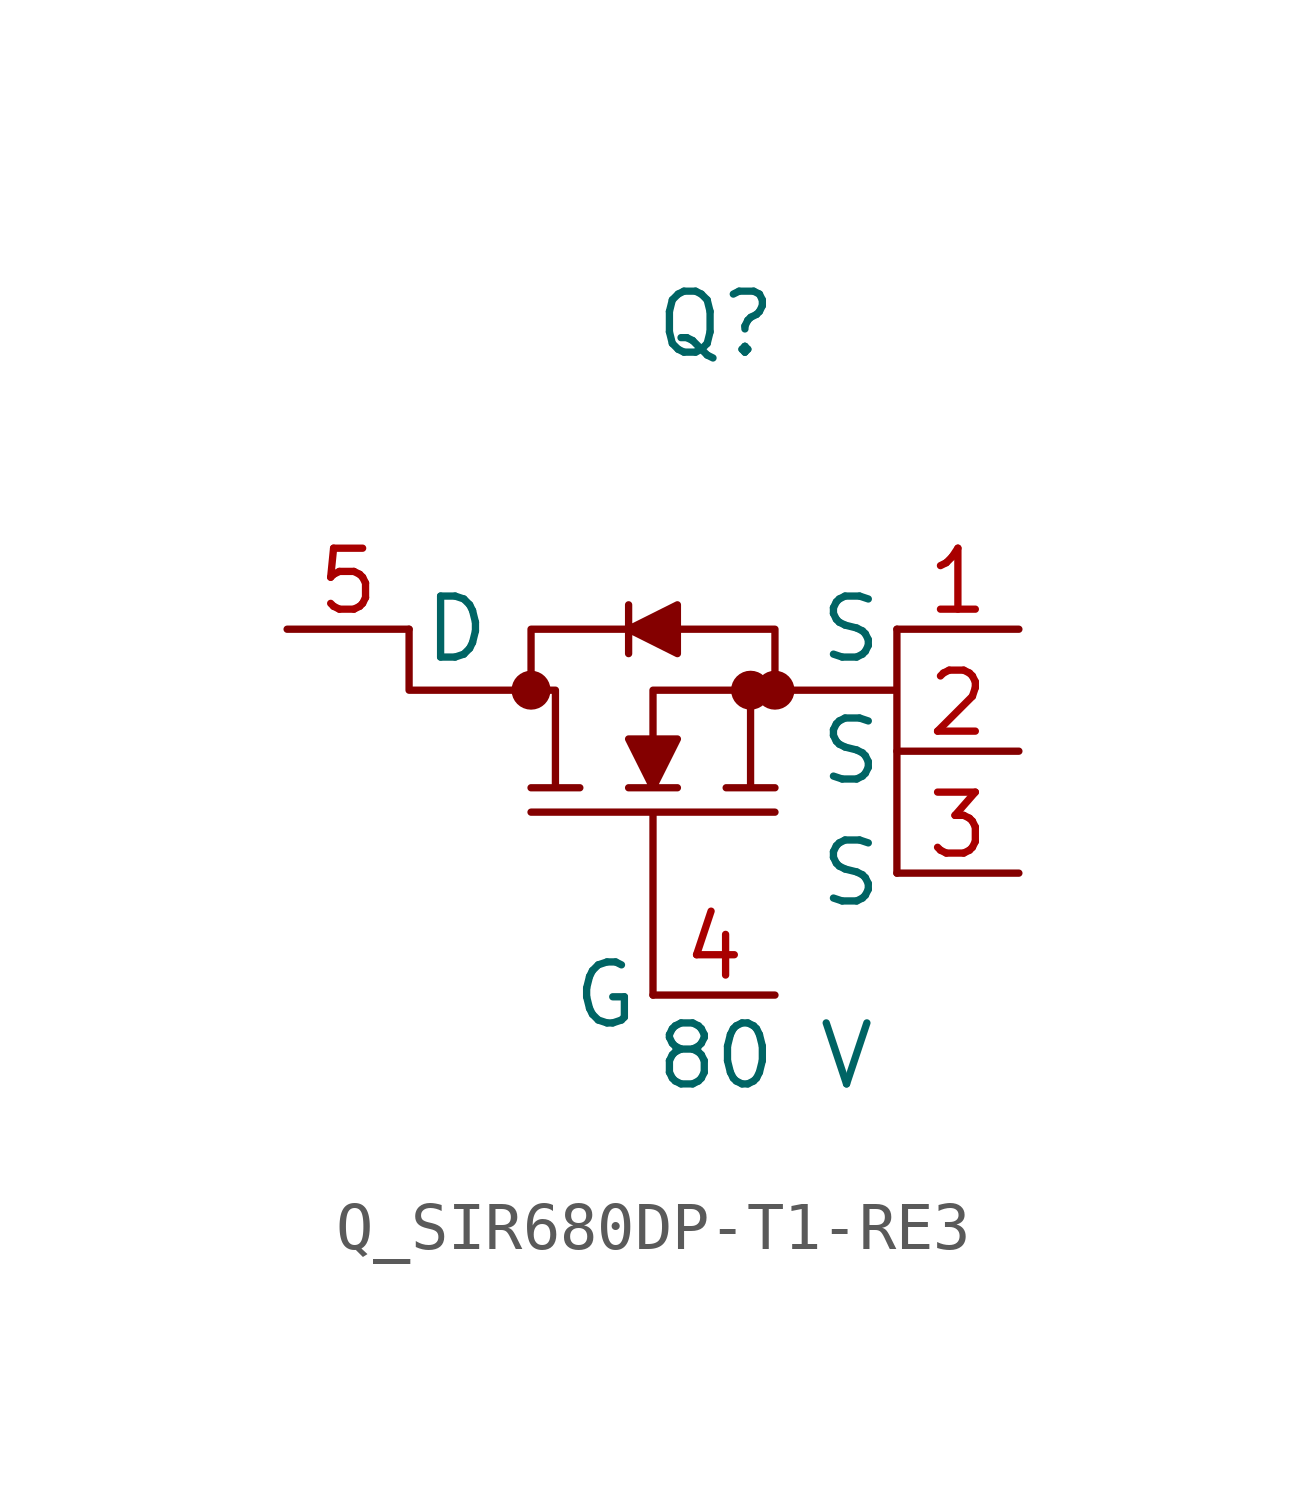
<source format=kicad_sym>
(kicad_symbol_lib
  (version 20231120)
  (generator kicad_symbol_editor)
  (generator_version 8.0)
  (symbol "Q_SIR680DP-T1-RE3"
    (pin_names
      (offset 0.254))
    (property "Reference" "Q"
      (at 0 7.62 0)
      (effects (font (size 1.27 1.27)) (justify left)))
    (property "Value" "80 V"
      (at 0 -7.62 0)
      (effects (font (size 1.27 1.27)) (justify left)))
    (symbol "Q_SIR680DP-T1-RE3_1_0"
      (polyline (pts (xy 0 -6.35) (xy 0 -2.54) (xy -2.54 -2.54) (xy 2.54 -2.54) (xy 0 -2.54) (xy 0 -6.35)) (stroke (width 0) (type default)) (fill (type none)))
      (polyline (pts (xy 5.08 1.27) (xy 5.08 0.0) (xy 2.54 0.0) (xy 2.54 1.27) (xy 0.508 1.27) (xy 0.508 1.778) (xy -0.508 1.27) (xy -0.508 1.778) (xy -0.508 1.27) (xy -2.54 1.27) (xy -2.54 0.0) (xy -5.08 0.0) (xy -5.08 1.27) (xy -5.08 0.0) (xy -2.032 0.0) (xy -2.032 -2.032) (xy -2.54 -2.032) (xy -1.524 -2.032) (xy -2.032 -2.032) (xy -2.032 0.0) (xy -2.54 0.0) (xy -2.54 1.27) (xy -0.508 1.27) (xy -0.508 0.762) (xy -0.508 1.27) (xy 0.508 0.762) (xy 0.508 1.27) (xy 2.54 1.27) (xy 2.54 0.0) (xy 0 0.0) (xy 0 -1.016) (xy -0.508 -1.016) (xy 0 -2.032) (xy -0.508 -2.032) (xy 0.508 -2.032) (xy 0 -2.032) (xy 0.508 -1.016) (xy 0 -1.016) (xy 0 0.0) (xy 2.032 0.0) (xy 2.032 -2.032) (xy 1.524 -2.032) (xy 2.54 -2.032) (xy 2.032 -2.032) (xy 2.032 0.0) (xy 5.08 0.0) (xy 5.08 -3.81)) (stroke (width 0) (type default)) (fill (type outline)))
      (circle (center -2.54 0.0) (radius 0.025) (stroke (width 0.381) (type default)) (fill (type none)))
      (circle (center 2.032 0.0) (radius 0.025) (stroke (width 0.381) (type default)) (fill (type none)))
      (circle (center 2.54 0.0) (radius 0.025) (stroke (width 0.381) (type default)) (fill (type none)))
      (pin unspecified line (at -7.62 1.27 0) (length 2.54) (name "D" (effects (font (size 1.27 1.27)))) (number "5" (effects (font (size 1.27 1.27)))))
      (pin unspecified line (at 7.62 1.27 180) (length 2.54) (name "S" (effects (font (size 1.27 1.27)))) (number "1" (effects (font (size 1.27 1.27)))))
      (pin unspecified line (at 7.62 -1.27 180) (length 2.54) (name "S" (effects (font (size 1.27 1.27)))) (number "2" (effects (font (size 1.27 1.27)))))
      (pin unspecified line (at 7.62 -3.81 180) (length 2.54) (name "S" (effects (font (size 1.27 1.27)))) (number "3" (effects (font (size 1.27 1.27)))))
      (pin unspecified line (at 2.54 -6.35 180) (length 2.54) (name "G" (effects (font (size 1.27 1.27)))) (number "4" (effects (font (size 1.27 1.27))))))))
</source>
